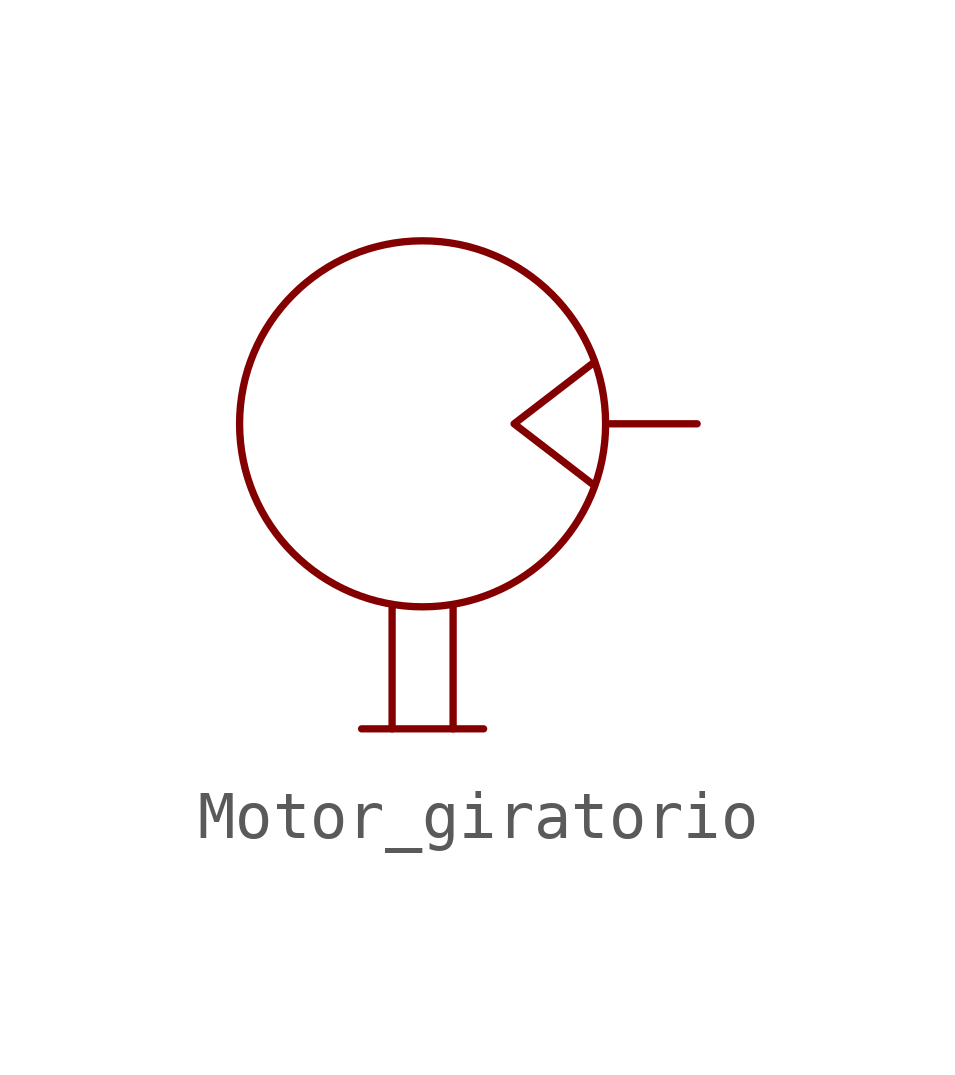
<source format=kicad_sym>
(kicad_symbol_lib
  (version 20211014)
  (generator kicad_symbol_editor)
  (symbol "Motor_giratorio"
    (pin_names
      (offset 1.016))
    (property "Reference" "V"
      (at -5.08 -5.08 0)
      (effects (font (size 2.54 2.54)) (justify left) hide))
    (symbol "Motor_giratorio_0_1"
      (circle (center -3.81 0) (radius 3.81) (stroke (width 0) (type default) (color 0 0 0 0)) (fill (type none)))
      (polyline (pts (xy -5.08 -6.35) (xy -2.54 -6.35)) (stroke (width 0) (type default) (color 0 0 0 0)) (fill (type none)))
      (polyline (pts (xy -4.445 -3.81) (xy -4.445 -6.35)) (stroke (width 0) (type default) (color 0 0 0 0)) (fill (type none)))
      (polyline (pts (xy -3.175 -3.81) (xy -3.175 -6.35)) (stroke (width 0) (type default) (color 0 0 0 0)) (fill (type none)))
      (polyline (pts (xy -0.254 1.27) (xy -1.905 0) (xy -0.254 -1.27)) (stroke (width 0) (type default) (color 0 0 0 0)) (fill (type none))))
    (symbol "Motor_giratorio_1_1"
      (pin input line (at 1.905 0 180) (length 1.905) (name "" (effects (font (size 1.27 1.27)))) (number "" (effects (font (size 1.27 1.27))))))))
</source>
